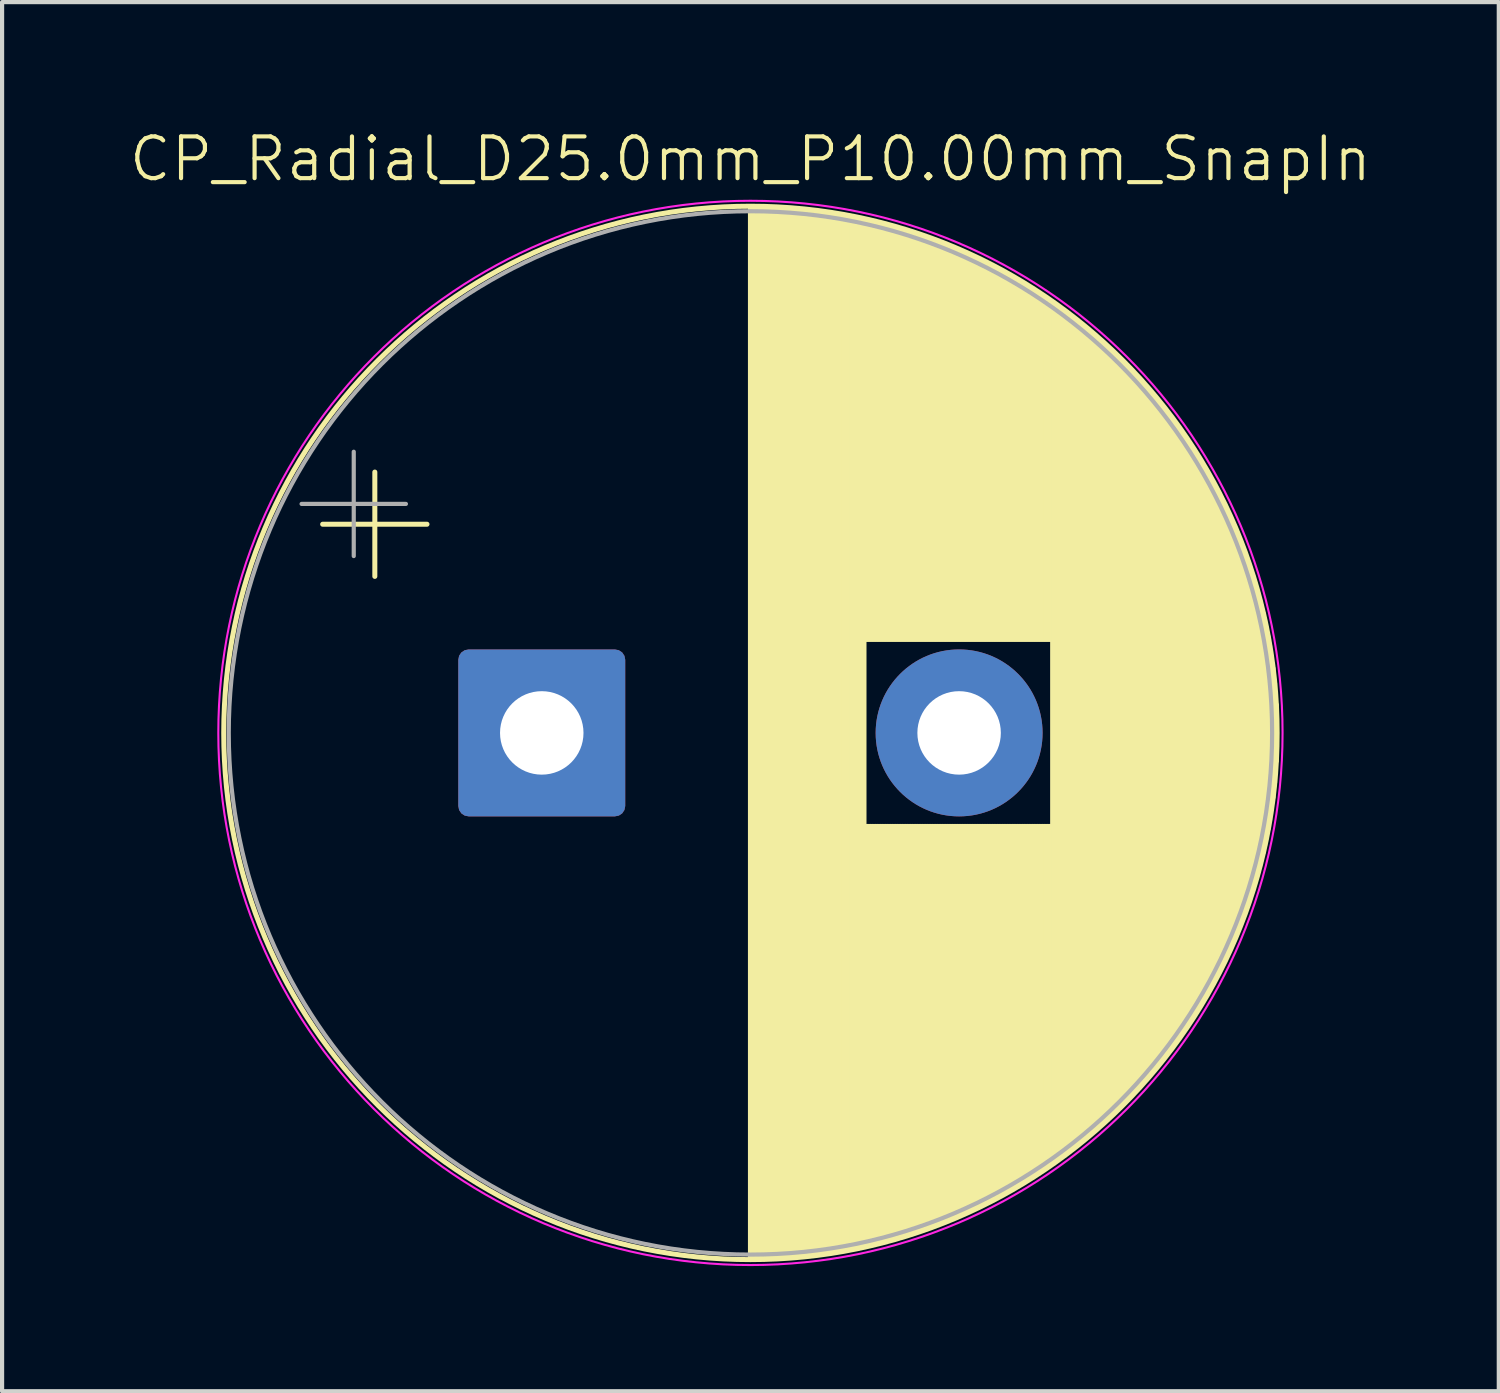
<source format=kicad_pcb>
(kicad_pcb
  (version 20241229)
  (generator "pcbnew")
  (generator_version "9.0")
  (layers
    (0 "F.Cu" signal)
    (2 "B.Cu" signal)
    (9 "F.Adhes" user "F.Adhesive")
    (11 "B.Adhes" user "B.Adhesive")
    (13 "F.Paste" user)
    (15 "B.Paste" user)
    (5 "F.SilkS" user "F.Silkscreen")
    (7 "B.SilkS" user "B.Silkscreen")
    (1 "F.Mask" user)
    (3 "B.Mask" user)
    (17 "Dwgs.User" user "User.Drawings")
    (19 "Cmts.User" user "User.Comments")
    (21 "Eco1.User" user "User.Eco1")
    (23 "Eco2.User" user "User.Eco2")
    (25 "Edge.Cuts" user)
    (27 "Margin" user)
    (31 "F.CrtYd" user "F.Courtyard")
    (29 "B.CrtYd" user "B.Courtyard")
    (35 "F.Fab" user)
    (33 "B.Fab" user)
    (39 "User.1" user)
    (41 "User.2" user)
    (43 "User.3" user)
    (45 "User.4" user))
  (footprint "CP_Radial_D25.0mm_P10.00mm_SnapIn"
    (layer "F.Cu")
    (at 14.931 14.511)
    (property "Reference" "CP_Radial_D25.0mm_P10.00mm_SnapIn" (at 0 -13.75 0) (layer "F.SilkS") (effects (font (size 1 1) (thickness 0.1))))
    (attr through_hole)
    (fp_line (start -10.25 -5) (end -7.75 -5) (stroke (width 0.12) (type solid)) (layer "F.SilkS"))
    (fp_line (start -9 -6.25) (end -9 -3.75) (stroke (width 0.12) (type solid)) (layer "F.SilkS"))
    (fp_line (start 0 -12.581) (end 0 12.581) (stroke (width 0.12) (type solid)) (layer "F.SilkS"))
    (fp_line (start 0.04 -12.58) (end 0.04 12.58) (stroke (width 0.12) (type solid)) (layer "F.SilkS"))
    (fp_line (start 0.08 -12.58) (end 0.08 12.58) (stroke (width 0.12) (type solid)) (layer "F.SilkS"))
    (fp_line (start 0.12 -12.58) (end 0.12 12.58) (stroke (width 0.12) (type solid)) (layer "F.SilkS"))
    (fp_line (start 0.16 -12.579) (end 0.16 12.579) (stroke (width 0.12) (type solid)) (layer "F.SilkS"))
    (fp_line (start 0.2 -12.579) (end 0.2 12.579) (stroke (width 0.12) (type solid)) (layer "F.SilkS"))
    (fp_line (start 0.24 -12.578) (end 0.24 12.578) (stroke (width 0.12) (type solid)) (layer "F.SilkS"))
    (fp_line (start 0.28 -12.577) (end 0.28 12.577) (stroke (width 0.12) (type solid)) (layer "F.SilkS"))
    (fp_line (start 0.32 -12.576) (end 0.32 12.576) (stroke (width 0.12) (type solid)) (layer "F.SilkS"))
    (fp_line (start 0.36 -12.575) (end 0.36 12.575) (stroke (width 0.12) (type solid)) (layer "F.SilkS"))
    (fp_line (start 0.4 -12.574) (end 0.4 12.574) (stroke (width 0.12) (type solid)) (layer "F.SilkS"))
    (fp_line (start 0.44 -12.573) (end 0.44 12.573) (stroke (width 0.12) (type solid)) (layer "F.SilkS"))
    (fp_line (start 0.48 -12.571) (end 0.48 12.571) (stroke (width 0.12) (type solid)) (layer "F.SilkS"))
    (fp_line (start 0.52 -12.57) (end 0.52 12.57) (stroke (width 0.12) (type solid)) (layer "F.SilkS"))
    (fp_line (start 0.56 -12.568) (end 0.56 12.568) (stroke (width 0.12) (type solid)) (layer "F.SilkS"))
    (fp_line (start 0.6 -12.566) (end 0.6 12.566) (stroke (width 0.12) (type solid)) (layer "F.SilkS"))
    (fp_line (start 0.64 -12.564) (end 0.64 12.564) (stroke (width 0.12) (type solid)) (layer "F.SilkS"))
    (fp_line (start 0.68 -12.562) (end 0.68 12.562) (stroke (width 0.12) (type solid)) (layer "F.SilkS"))
    (fp_line (start 0.721 -12.56) (end 0.721 12.56) (stroke (width 0.12) (type solid)) (layer "F.SilkS"))
    (fp_line (start 0.761 -12.558) (end 0.761 12.558) (stroke (width 0.12) (type solid)) (layer "F.SilkS"))
    (fp_line (start 0.801 -12.555) (end 0.801 12.555) (stroke (width 0.12) (type solid)) (layer "F.SilkS"))
    (fp_line (start 0.841 -12.553) (end 0.841 12.553) (stroke (width 0.12) (type solid)) (layer "F.SilkS"))
    (fp_line (start 0.881 -12.55) (end 0.881 12.55) (stroke (width 0.12) (type solid)) (layer "F.SilkS"))
    (fp_line (start 0.921 -12.547) (end 0.921 12.547) (stroke (width 0.12) (type solid)) (layer "F.SilkS"))
    (fp_line (start 0.961 -12.544) (end 0.961 12.544) (stroke (width 0.12) (type solid)) (layer "F.SilkS"))
    (fp_line (start 1.001 -12.541) (end 1.001 12.541) (stroke (width 0.12) (type solid)) (layer "F.SilkS"))
    (fp_line (start 1.041 -12.538) (end 1.041 12.538) (stroke (width 0.12) (type solid)) (layer "F.SilkS"))
    (fp_line (start 1.081 -12.534) (end 1.081 12.534) (stroke (width 0.12) (type solid)) (layer "F.SilkS"))
    (fp_line (start 1.121 -12.531) (end 1.121 12.531) (stroke (width 0.12) (type solid)) (layer "F.SilkS"))
    (fp_line (start 1.161 -12.527) (end 1.161 12.527) (stroke (width 0.12) (type solid)) (layer "F.SilkS"))
    (fp_line (start 1.201 -12.523) (end 1.201 12.523) (stroke (width 0.12) (type solid)) (layer "F.SilkS"))
    (fp_line (start 1.241 -12.519) (end 1.241 12.519) (stroke (width 0.12) (type solid)) (layer "F.SilkS"))
    (fp_line (start 1.281 -12.515) (end 1.281 12.515) (stroke (width 0.12) (type solid)) (layer "F.SilkS"))
    (fp_line (start 1.321 -12.511) (end 1.321 12.511) (stroke (width 0.12) (type solid)) (layer "F.SilkS"))
    (fp_line (start 1.361 -12.507) (end 1.361 12.507) (stroke (width 0.12) (type solid)) (layer "F.SilkS"))
    (fp_line (start 1.401 -12.503) (end 1.401 12.503) (stroke (width 0.12) (type solid)) (layer "F.SilkS"))
    (fp_line (start 1.441 -12.498) (end 1.441 12.498) (stroke (width 0.12) (type solid)) (layer "F.SilkS"))
    (fp_line (start 1.481 -12.493) (end 1.481 12.493) (stroke (width 0.12) (type solid)) (layer "F.SilkS"))
    (fp_line (start 1.521 -12.489) (end 1.521 12.489) (stroke (width 0.12) (type solid)) (layer "F.SilkS"))
    (fp_line (start 1.561 -12.484) (end 1.561 12.484) (stroke (width 0.12) (type solid)) (layer "F.SilkS"))
    (fp_line (start 1.601 -12.479) (end 1.601 12.479) (stroke (width 0.12) (type solid)) (layer "F.SilkS"))
    (fp_line (start 1.641 -12.473) (end 1.641 12.473) (stroke (width 0.12) (type solid)) (layer "F.SilkS"))
    (fp_line (start 1.681 -12.468) (end 1.681 12.468) (stroke (width 0.12) (type solid)) (layer "F.SilkS"))
    (fp_line (start 1.721 -12.463) (end 1.721 12.463) (stroke (width 0.12) (type solid)) (layer "F.SilkS"))
    (fp_line (start 1.761 -12.457) (end 1.761 12.457) (stroke (width 0.12) (type solid)) (layer "F.SilkS"))
    (fp_line (start 1.801 -12.451) (end 1.801 12.451) (stroke (width 0.12) (type solid)) (layer "F.SilkS"))
    (fp_line (start 1.841 -12.446) (end 1.841 12.446) (stroke (width 0.12) (type solid)) (layer "F.SilkS"))
    (fp_line (start 1.881 -12.44) (end 1.881 12.44) (stroke (width 0.12) (type solid)) (layer "F.SilkS"))
    (fp_line (start 1.921 -12.434) (end 1.921 12.434) (stroke (width 0.12) (type solid)) (layer "F.SilkS"))
    (fp_line (start 1.961 -12.427) (end 1.961 12.427) (stroke (width 0.12) (type solid)) (layer "F.SilkS"))
    (fp_line (start 2.001 -12.421) (end 2.001 12.421) (stroke (width 0.12) (type solid)) (layer "F.SilkS"))
    (fp_line (start 2.041 -12.415) (end 2.041 12.415) (stroke (width 0.12) (type solid)) (layer "F.SilkS"))
    (fp_line (start 2.081 -12.408) (end 2.081 12.408) (stroke (width 0.12) (type solid)) (layer "F.SilkS"))
    (fp_line (start 2.121 -12.401) (end 2.121 12.401) (stroke (width 0.12) (type solid)) (layer "F.SilkS"))
    (fp_line (start 2.161 -12.394) (end 2.161 12.394) (stroke (width 0.12) (type solid)) (layer "F.SilkS"))
    (fp_line (start 2.201 -12.387) (end 2.201 12.387) (stroke (width 0.12) (type solid)) (layer "F.SilkS"))
    (fp_line (start 2.241 -12.38) (end 2.241 12.38) (stroke (width 0.12) (type solid)) (layer "F.SilkS"))
    (fp_line (start 2.281 -12.373) (end 2.281 12.373) (stroke (width 0.12) (type solid)) (layer "F.SilkS"))
    (fp_line (start 2.321 -12.365) (end 2.321 12.365) (stroke (width 0.12) (type solid)) (layer "F.SilkS"))
    (fp_line (start 2.361 -12.358) (end 2.361 12.358) (stroke (width 0.12) (type solid)) (layer "F.SilkS"))
    (fp_line (start 2.401 -12.35) (end 2.401 12.35) (stroke (width 0.12) (type solid)) (layer "F.SilkS"))
    (fp_line (start 2.441 -12.342) (end 2.441 12.342) (stroke (width 0.12) (type solid)) (layer "F.SilkS"))
    (fp_line (start 2.481 -12.334) (end 2.481 12.334) (stroke (width 0.12) (type solid)) (layer "F.SilkS"))
    (fp_line (start 2.521 -12.326) (end 2.521 12.326) (stroke (width 0.12) (type solid)) (layer "F.SilkS"))
    (fp_line (start 2.561 -12.318) (end 2.561 12.318) (stroke (width 0.12) (type solid)) (layer "F.SilkS"))
    (fp_line (start 2.601 -12.31) (end 2.601 12.31) (stroke (width 0.12) (type solid)) (layer "F.SilkS"))
    (fp_line (start 2.641 -12.301) (end 2.641 12.301) (stroke (width 0.12) (type solid)) (layer "F.SilkS"))
    (fp_line (start 2.681 -12.293) (end 2.681 12.293) (stroke (width 0.12) (type solid)) (layer "F.SilkS"))
    (fp_line (start 2.721 -12.284) (end 2.721 12.284) (stroke (width 0.12) (type solid)) (layer "F.SilkS"))
    (fp_line (start 2.761 -12.275) (end 2.761 -2.24) (stroke (width 0.12) (type solid)) (layer "F.SilkS"))
    (fp_line (start 2.761 2.24) (end 2.761 12.275) (stroke (width 0.12) (type solid)) (layer "F.SilkS"))
    (fp_line (start 2.801 -12.266) (end 2.801 -2.24) (stroke (width 0.12) (type solid)) (layer "F.SilkS"))
    (fp_line (start 2.801 2.24) (end 2.801 12.266) (stroke (width 0.12) (type solid)) (layer "F.SilkS"))
    (fp_line (start 2.841 -12.257) (end 2.841 -2.24) (stroke (width 0.12) (type solid)) (layer "F.SilkS"))
    (fp_line (start 2.841 2.24) (end 2.841 12.257) (stroke (width 0.12) (type solid)) (layer "F.SilkS"))
    (fp_line (start 2.881 -12.247) (end 2.881 -2.24) (stroke (width 0.12) (type solid)) (layer "F.SilkS"))
    (fp_line (start 2.881 2.24) (end 2.881 12.247) (stroke (width 0.12) (type solid)) (layer "F.SilkS"))
    (fp_line (start 2.921 -12.238) (end 2.921 -2.24) (stroke (width 0.12) (type solid)) (layer "F.SilkS"))
    (fp_line (start 2.921 2.24) (end 2.921 12.238) (stroke (width 0.12) (type solid)) (layer "F.SilkS"))
    (fp_line (start 2.961 -12.228) (end 2.961 -2.24) (stroke (width 0.12) (type solid)) (layer "F.SilkS"))
    (fp_line (start 2.961 2.24) (end 2.961 12.228) (stroke (width 0.12) (type solid)) (layer "F.SilkS"))
    (fp_line (start 3.001 -12.219) (end 3.001 -2.24) (stroke (width 0.12) (type solid)) (layer "F.SilkS"))
    (fp_line (start 3.001 2.24) (end 3.001 12.219) (stroke (width 0.12) (type solid)) (layer "F.SilkS"))
    (fp_line (start 3.041 -12.209) (end 3.041 -2.24) (stroke (width 0.12) (type solid)) (layer "F.SilkS"))
    (fp_line (start 3.041 2.24) (end 3.041 12.209) (stroke (width 0.12) (type solid)) (layer "F.SilkS"))
    (fp_line (start 3.081 -12.199) (end 3.081 -2.24) (stroke (width 0.12) (type solid)) (layer "F.SilkS"))
    (fp_line (start 3.081 2.24) (end 3.081 12.199) (stroke (width 0.12) (type solid)) (layer "F.SilkS"))
    (fp_line (start 3.121 -12.189) (end 3.121 -2.24) (stroke (width 0.12) (type solid)) (layer "F.SilkS"))
    (fp_line (start 3.121 2.24) (end 3.121 12.189) (stroke (width 0.12) (type solid)) (layer "F.SilkS"))
    (fp_line (start 3.161 -12.178) (end 3.161 -2.24) (stroke (width 0.12) (type solid)) (layer "F.SilkS"))
    (fp_line (start 3.161 2.24) (end 3.161 12.178) (stroke (width 0.12) (type solid)) (layer "F.SilkS"))
    (fp_line (start 3.201 -12.168) (end 3.201 -2.24) (stroke (width 0.12) (type solid)) (layer "F.SilkS"))
    (fp_line (start 3.201 2.24) (end 3.201 12.168) (stroke (width 0.12) (type solid)) (layer "F.SilkS"))
    (fp_line (start 3.241 -12.157) (end 3.241 -2.24) (stroke (width 0.12) (type solid)) (layer "F.SilkS"))
    (fp_line (start 3.241 2.24) (end 3.241 12.157) (stroke (width 0.12) (type solid)) (layer "F.SilkS"))
    (fp_line (start 3.281 -12.147) (end 3.281 -2.24) (stroke (width 0.12) (type solid)) (layer "F.SilkS"))
    (fp_line (start 3.281 2.24) (end 3.281 12.147) (stroke (width 0.12) (type solid)) (layer "F.SilkS"))
    (fp_line (start 3.321 -12.136) (end 3.321 -2.24) (stroke (width 0.12) (type solid)) (layer "F.SilkS"))
    (fp_line (start 3.321 2.24) (end 3.321 12.136) (stroke (width 0.12) (type solid)) (layer "F.SilkS"))
    (fp_line (start 3.361 -12.125) (end 3.361 -2.24) (stroke (width 0.12) (type solid)) (layer "F.SilkS"))
    (fp_line (start 3.361 2.24) (end 3.361 12.125) (stroke (width 0.12) (type solid)) (layer "F.SilkS"))
    (fp_line (start 3.401 -12.114) (end 3.401 -2.24) (stroke (width 0.12) (type solid)) (layer "F.SilkS"))
    (fp_line (start 3.401 2.24) (end 3.401 12.114) (stroke (width 0.12) (type solid)) (layer "F.SilkS"))
    (fp_line (start 3.441 -12.103) (end 3.441 -2.24) (stroke (width 0.12) (type solid)) (layer "F.SilkS"))
    (fp_line (start 3.441 2.24) (end 3.441 12.103) (stroke (width 0.12) (type solid)) (layer "F.SilkS"))
    (fp_line (start 3.481 -12.091) (end 3.481 -2.24) (stroke (width 0.12) (type solid)) (layer "F.SilkS"))
    (fp_line (start 3.481 2.24) (end 3.481 12.091) (stroke (width 0.12) (type solid)) (layer "F.SilkS"))
    (fp_line (start 3.521 -12.08) (end 3.521 -2.24) (stroke (width 0.12) (type solid)) (layer "F.SilkS"))
    (fp_line (start 3.521 2.24) (end 3.521 12.08) (stroke (width 0.12) (type solid)) (layer "F.SilkS"))
    (fp_line (start 3.561 -12.068) (end 3.561 -2.24) (stroke (width 0.12) (type solid)) (layer "F.SilkS"))
    (fp_line (start 3.561 2.24) (end 3.561 12.068) (stroke (width 0.12) (type solid)) (layer "F.SilkS"))
    (fp_line (start 3.601 -12.056) (end 3.601 -2.24) (stroke (width 0.12) (type solid)) (layer "F.SilkS"))
    (fp_line (start 3.601 2.24) (end 3.601 12.056) (stroke (width 0.12) (type solid)) (layer "F.SilkS"))
    (fp_line (start 3.641 -12.044) (end 3.641 -2.24) (stroke (width 0.12) (type solid)) (layer "F.SilkS"))
    (fp_line (start 3.641 2.24) (end 3.641 12.044) (stroke (width 0.12) (type solid)) (layer "F.SilkS"))
    (fp_line (start 3.681 -12.032) (end 3.681 -2.24) (stroke (width 0.12) (type solid)) (layer "F.SilkS"))
    (fp_line (start 3.681 2.24) (end 3.681 12.032) (stroke (width 0.12) (type solid)) (layer "F.SilkS"))
    (fp_line (start 3.721 -12.02) (end 3.721 -2.24) (stroke (width 0.12) (type solid)) (layer "F.SilkS"))
    (fp_line (start 3.721 2.24) (end 3.721 12.02) (stroke (width 0.12) (type solid)) (layer "F.SilkS"))
    (fp_line (start 3.761 -12.007) (end 3.761 -2.24) (stroke (width 0.12) (type solid)) (layer "F.SilkS"))
    (fp_line (start 3.761 2.24) (end 3.761 12.007) (stroke (width 0.12) (type solid)) (layer "F.SilkS"))
    (fp_line (start 3.801 -11.995) (end 3.801 -2.24) (stroke (width 0.12) (type solid)) (layer "F.SilkS"))
    (fp_line (start 3.801 2.24) (end 3.801 11.995) (stroke (width 0.12) (type solid)) (layer "F.SilkS"))
    (fp_line (start 3.841 -11.982) (end 3.841 -2.24) (stroke (width 0.12) (type solid)) (layer "F.SilkS"))
    (fp_line (start 3.841 2.24) (end 3.841 11.982) (stroke (width 0.12) (type solid)) (layer "F.SilkS"))
    (fp_line (start 3.881 -11.969) (end 3.881 -2.24) (stroke (width 0.12) (type solid)) (layer "F.SilkS"))
    (fp_line (start 3.881 2.24) (end 3.881 11.969) (stroke (width 0.12) (type solid)) (layer "F.SilkS"))
    (fp_line (start 3.921 -11.956) (end 3.921 -2.24) (stroke (width 0.12) (type solid)) (layer "F.SilkS"))
    (fp_line (start 3.921 2.24) (end 3.921 11.956) (stroke (width 0.12) (type solid)) (layer "F.SilkS"))
    (fp_line (start 3.961 -11.943) (end 3.961 -2.24) (stroke (width 0.12) (type solid)) (layer "F.SilkS"))
    (fp_line (start 3.961 2.24) (end 3.961 11.943) (stroke (width 0.12) (type solid)) (layer "F.SilkS"))
    (fp_line (start 4.001 -11.93) (end 4.001 -2.24) (stroke (width 0.12) (type solid)) (layer "F.SilkS"))
    (fp_line (start 4.001 2.24) (end 4.001 11.93) (stroke (width 0.12) (type solid)) (layer "F.SilkS"))
    (fp_line (start 4.041 -11.916) (end 4.041 -2.24) (stroke (width 0.12) (type solid)) (layer "F.SilkS"))
    (fp_line (start 4.041 2.24) (end 4.041 11.916) (stroke (width 0.12) (type solid)) (layer "F.SilkS"))
    (fp_line (start 4.081 -11.903) (end 4.081 -2.24) (stroke (width 0.12) (type solid)) (layer "F.SilkS"))
    (fp_line (start 4.081 2.24) (end 4.081 11.903) (stroke (width 0.12) (type solid)) (layer "F.SilkS"))
    (fp_line (start 4.121 -11.889) (end 4.121 -2.24) (stroke (width 0.12) (type solid)) (layer "F.SilkS"))
    (fp_line (start 4.121 2.24) (end 4.121 11.889) (stroke (width 0.12) (type solid)) (layer "F.SilkS"))
    (fp_line (start 4.161 -11.875) (end 4.161 -2.24) (stroke (width 0.12) (type solid)) (layer "F.SilkS"))
    (fp_line (start 4.161 2.24) (end 4.161 11.875) (stroke (width 0.12) (type solid)) (layer "F.SilkS"))
    (fp_line (start 4.201 -11.861) (end 4.201 -2.24) (stroke (width 0.12) (type solid)) (layer "F.SilkS"))
    (fp_line (start 4.201 2.24) (end 4.201 11.861) (stroke (width 0.12) (type solid)) (layer "F.SilkS"))
    (fp_line (start 4.241 -11.847) (end 4.241 -2.24) (stroke (width 0.12) (type solid)) (layer "F.SilkS"))
    (fp_line (start 4.241 2.24) (end 4.241 11.847) (stroke (width 0.12) (type solid)) (layer "F.SilkS"))
    (fp_line (start 4.281 -11.833) (end 4.281 -2.24) (stroke (width 0.12) (type solid)) (layer "F.SilkS"))
    (fp_line (start 4.281 2.24) (end 4.281 11.833) (stroke (width 0.12) (type solid)) (layer "F.SilkS"))
    (fp_line (start 4.321 -11.818) (end 4.321 -2.24) (stroke (width 0.12) (type solid)) (layer "F.SilkS"))
    (fp_line (start 4.321 2.24) (end 4.321 11.818) (stroke (width 0.12) (type solid)) (layer "F.SilkS"))
    (fp_line (start 4.361 -11.803) (end 4.361 -2.24) (stroke (width 0.12) (type solid)) (layer "F.SilkS"))
    (fp_line (start 4.361 2.24) (end 4.361 11.803) (stroke (width 0.12) (type solid)) (layer "F.SilkS"))
    (fp_line (start 4.401 -11.789) (end 4.401 -2.24) (stroke (width 0.12) (type solid)) (layer "F.SilkS"))
    (fp_line (start 4.401 2.24) (end 4.401 11.789) (stroke (width 0.12) (type solid)) (layer "F.SilkS"))
    (fp_line (start 4.441 -11.774) (end 4.441 -2.24) (stroke (width 0.12) (type solid)) (layer "F.SilkS"))
    (fp_line (start 4.441 2.24) (end 4.441 11.774) (stroke (width 0.12) (type solid)) (layer "F.SilkS"))
    (fp_line (start 4.481 -11.759) (end 4.481 -2.24) (stroke (width 0.12) (type solid)) (layer "F.SilkS"))
    (fp_line (start 4.481 2.24) (end 4.481 11.759) (stroke (width 0.12) (type solid)) (layer "F.SilkS"))
    (fp_line (start 4.521 -11.743) (end 4.521 -2.24) (stroke (width 0.12) (type solid)) (layer "F.SilkS"))
    (fp_line (start 4.521 2.24) (end 4.521 11.743) (stroke (width 0.12) (type solid)) (layer "F.SilkS"))
    (fp_line (start 4.561 -11.728) (end 4.561 -2.24) (stroke (width 0.12) (type solid)) (layer "F.SilkS"))
    (fp_line (start 4.561 2.24) (end 4.561 11.728) (stroke (width 0.12) (type solid)) (layer "F.SilkS"))
    (fp_line (start 4.601 -11.712) (end 4.601 -2.24) (stroke (width 0.12) (type solid)) (layer "F.SilkS"))
    (fp_line (start 4.601 2.24) (end 4.601 11.712) (stroke (width 0.12) (type solid)) (layer "F.SilkS"))
    (fp_line (start 4.641 -11.697) (end 4.641 -2.24) (stroke (width 0.12) (type solid)) (layer "F.SilkS"))
    (fp_line (start 4.641 2.24) (end 4.641 11.697) (stroke (width 0.12) (type solid)) (layer "F.SilkS"))
    (fp_line (start 4.681 -11.681) (end 4.681 -2.24) (stroke (width 0.12) (type solid)) (layer "F.SilkS"))
    (fp_line (start 4.681 2.24) (end 4.681 11.681) (stroke (width 0.12) (type solid)) (layer "F.SilkS"))
    (fp_line (start 4.721 -11.665) (end 4.721 -2.24) (stroke (width 0.12) (type solid)) (layer "F.SilkS"))
    (fp_line (start 4.721 2.24) (end 4.721 11.665) (stroke (width 0.12) (type solid)) (layer "F.SilkS"))
    (fp_line (start 4.761 -11.648) (end 4.761 -2.24) (stroke (width 0.12) (type solid)) (layer "F.SilkS"))
    (fp_line (start 4.761 2.24) (end 4.761 11.648) (stroke (width 0.12) (type solid)) (layer "F.SilkS"))
    (fp_line (start 4.801 -11.632) (end 4.801 -2.24) (stroke (width 0.12) (type solid)) (layer "F.SilkS"))
    (fp_line (start 4.801 2.24) (end 4.801 11.632) (stroke (width 0.12) (type solid)) (layer "F.SilkS"))
    (fp_line (start 4.841 -11.615) (end 4.841 -2.24) (stroke (width 0.12) (type solid)) (layer "F.SilkS"))
    (fp_line (start 4.841 2.24) (end 4.841 11.615) (stroke (width 0.12) (type solid)) (layer "F.SilkS"))
    (fp_line (start 4.881 -11.599) (end 4.881 -2.24) (stroke (width 0.12) (type solid)) (layer "F.SilkS"))
    (fp_line (start 4.881 2.24) (end 4.881 11.599) (stroke (width 0.12) (type solid)) (layer "F.SilkS"))
    (fp_line (start 4.921 -11.582) (end 4.921 -2.24) (stroke (width 0.12) (type solid)) (layer "F.SilkS"))
    (fp_line (start 4.921 2.24) (end 4.921 11.582) (stroke (width 0.12) (type solid)) (layer "F.SilkS"))
    (fp_line (start 4.961 -11.565) (end 4.961 -2.24) (stroke (width 0.12) (type solid)) (layer "F.SilkS"))
    (fp_line (start 4.961 2.24) (end 4.961 11.565) (stroke (width 0.12) (type solid)) (layer "F.SilkS"))
    (fp_line (start 5.001 -11.548) (end 5.001 -2.24) (stroke (width 0.12) (type solid)) (layer "F.SilkS"))
    (fp_line (start 5.001 2.24) (end 5.001 11.548) (stroke (width 0.12) (type solid)) (layer "F.SilkS"))
    (fp_line (start 5.041 -11.53) (end 5.041 -2.24) (stroke (width 0.12) (type solid)) (layer "F.SilkS"))
    (fp_line (start 5.041 2.24) (end 5.041 11.53) (stroke (width 0.12) (type solid)) (layer "F.SilkS"))
    (fp_line (start 5.081 -11.513) (end 5.081 -2.24) (stroke (width 0.12) (type solid)) (layer "F.SilkS"))
    (fp_line (start 5.081 2.24) (end 5.081 11.513) (stroke (width 0.12) (type solid)) (layer "F.SilkS"))
    (fp_line (start 5.121 -11.495) (end 5.121 -2.24) (stroke (width 0.12) (type solid)) (layer "F.SilkS"))
    (fp_line (start 5.121 2.24) (end 5.121 11.495) (stroke (width 0.12) (type solid)) (layer "F.SilkS"))
    (fp_line (start 5.161 -11.477) (end 5.161 -2.24) (stroke (width 0.12) (type solid)) (layer "F.SilkS"))
    (fp_line (start 5.161 2.24) (end 5.161 11.477) (stroke (width 0.12) (type solid)) (layer "F.SilkS"))
    (fp_line (start 5.201 -11.459) (end 5.201 -2.24) (stroke (width 0.12) (type solid)) (layer "F.SilkS"))
    (fp_line (start 5.201 2.24) (end 5.201 11.459) (stroke (width 0.12) (type solid)) (layer "F.SilkS"))
    (fp_line (start 5.241 -11.441) (end 5.241 -2.24) (stroke (width 0.12) (type solid)) (layer "F.SilkS"))
    (fp_line (start 5.241 2.24) (end 5.241 11.441) (stroke (width 0.12) (type solid)) (layer "F.SilkS"))
    (fp_line (start 5.281 -11.423) (end 5.281 -2.24) (stroke (width 0.12) (type solid)) (layer "F.SilkS"))
    (fp_line (start 5.281 2.24) (end 5.281 11.423) (stroke (width 0.12) (type solid)) (layer "F.SilkS"))
    (fp_line (start 5.321 -11.404) (end 5.321 -2.24) (stroke (width 0.12) (type solid)) (layer "F.SilkS"))
    (fp_line (start 5.321 2.24) (end 5.321 11.404) (stroke (width 0.12) (type solid)) (layer "F.SilkS"))
    (fp_line (start 5.361 -11.386) (end 5.361 -2.24) (stroke (width 0.12) (type solid)) (layer "F.SilkS"))
    (fp_line (start 5.361 2.24) (end 5.361 11.386) (stroke (width 0.12) (type solid)) (layer "F.SilkS"))
    (fp_line (start 5.401 -11.367) (end 5.401 -2.24) (stroke (width 0.12) (type solid)) (layer "F.SilkS"))
    (fp_line (start 5.401 2.24) (end 5.401 11.367) (stroke (width 0.12) (type solid)) (layer "F.SilkS"))
    (fp_line (start 5.441 -11.348) (end 5.441 -2.24) (stroke (width 0.12) (type solid)) (layer "F.SilkS"))
    (fp_line (start 5.441 2.24) (end 5.441 11.348) (stroke (width 0.12) (type solid)) (layer "F.SilkS"))
    (fp_line (start 5.481 -11.329) (end 5.481 -2.24) (stroke (width 0.12) (type solid)) (layer "F.SilkS"))
    (fp_line (start 5.481 2.24) (end 5.481 11.329) (stroke (width 0.12) (type solid)) (layer "F.SilkS"))
    (fp_line (start 5.521 -11.309) (end 5.521 -2.24) (stroke (width 0.12) (type solid)) (layer "F.SilkS"))
    (fp_line (start 5.521 2.24) (end 5.521 11.309) (stroke (width 0.12) (type solid)) (layer "F.SilkS"))
    (fp_line (start 5.561 -11.29) (end 5.561 -2.24) (stroke (width 0.12) (type solid)) (layer "F.SilkS"))
    (fp_line (start 5.561 2.24) (end 5.561 11.29) (stroke (width 0.12) (type solid)) (layer "F.SilkS"))
    (fp_line (start 5.601 -11.27) (end 5.601 -2.24) (stroke (width 0.12) (type solid)) (layer "F.SilkS"))
    (fp_line (start 5.601 2.24) (end 5.601 11.27) (stroke (width 0.12) (type solid)) (layer "F.SilkS"))
    (fp_line (start 5.641 -11.25) (end 5.641 -2.24) (stroke (width 0.12) (type solid)) (layer "F.SilkS"))
    (fp_line (start 5.641 2.24) (end 5.641 11.25) (stroke (width 0.12) (type solid)) (layer "F.SilkS"))
    (fp_line (start 5.681 -11.23) (end 5.681 -2.24) (stroke (width 0.12) (type solid)) (layer "F.SilkS"))
    (fp_line (start 5.681 2.24) (end 5.681 11.23) (stroke (width 0.12) (type solid)) (layer "F.SilkS"))
    (fp_line (start 5.721 -11.21) (end 5.721 -2.24) (stroke (width 0.12) (type solid)) (layer "F.SilkS"))
    (fp_line (start 5.721 2.24) (end 5.721 11.21) (stroke (width 0.12) (type solid)) (layer "F.SilkS"))
    (fp_line (start 5.761 -11.189) (end 5.761 -2.24) (stroke (width 0.12) (type solid)) (layer "F.SilkS"))
    (fp_line (start 5.761 2.24) (end 5.761 11.189) (stroke (width 0.12) (type solid)) (layer "F.SilkS"))
    (fp_line (start 5.801 -11.169) (end 5.801 -2.24) (stroke (width 0.12) (type solid)) (layer "F.SilkS"))
    (fp_line (start 5.801 2.24) (end 5.801 11.169) (stroke (width 0.12) (type solid)) (layer "F.SilkS"))
    (fp_line (start 5.841 -11.148) (end 5.841 -2.24) (stroke (width 0.12) (type solid)) (layer "F.SilkS"))
    (fp_line (start 5.841 2.24) (end 5.841 11.148) (stroke (width 0.12) (type solid)) (layer "F.SilkS"))
    (fp_line (start 5.881 -11.127) (end 5.881 -2.24) (stroke (width 0.12) (type solid)) (layer "F.SilkS"))
    (fp_line (start 5.881 2.24) (end 5.881 11.127) (stroke (width 0.12) (type solid)) (layer "F.SilkS"))
    (fp_line (start 5.921 -11.106) (end 5.921 -2.24) (stroke (width 0.12) (type solid)) (layer "F.SilkS"))
    (fp_line (start 5.921 2.24) (end 5.921 11.106) (stroke (width 0.12) (type solid)) (layer "F.SilkS"))
    (fp_line (start 5.961 -11.084) (end 5.961 -2.24) (stroke (width 0.12) (type solid)) (layer "F.SilkS"))
    (fp_line (start 5.961 2.24) (end 5.961 11.084) (stroke (width 0.12) (type solid)) (layer "F.SilkS"))
    (fp_line (start 6.001 -11.063) (end 6.001 -2.24) (stroke (width 0.12) (type solid)) (layer "F.SilkS"))
    (fp_line (start 6.001 2.24) (end 6.001 11.063) (stroke (width 0.12) (type solid)) (layer "F.SilkS"))
    (fp_line (start 6.041 -11.041) (end 6.041 -2.24) (stroke (width 0.12) (type solid)) (layer "F.SilkS"))
    (fp_line (start 6.041 2.24) (end 6.041 11.041) (stroke (width 0.12) (type solid)) (layer "F.SilkS"))
    (fp_line (start 6.081 -11.019) (end 6.081 -2.24) (stroke (width 0.12) (type solid)) (layer "F.SilkS"))
    (fp_line (start 6.081 2.24) (end 6.081 11.019) (stroke (width 0.12) (type solid)) (layer "F.SilkS"))
    (fp_line (start 6.121 -10.997) (end 6.121 -2.24) (stroke (width 0.12) (type solid)) (layer "F.SilkS"))
    (fp_line (start 6.121 2.24) (end 6.121 10.997) (stroke (width 0.12) (type solid)) (layer "F.SilkS"))
    (fp_line (start 6.161 -10.975) (end 6.161 -2.24) (stroke (width 0.12) (type solid)) (layer "F.SilkS"))
    (fp_line (start 6.161 2.24) (end 6.161 10.975) (stroke (width 0.12) (type solid)) (layer "F.SilkS"))
    (fp_line (start 6.201 -10.953) (end 6.201 -2.24) (stroke (width 0.12) (type solid)) (layer "F.SilkS"))
    (fp_line (start 6.201 2.24) (end 6.201 10.953) (stroke (width 0.12) (type solid)) (layer "F.SilkS"))
    (fp_line (start 6.241 -10.93) (end 6.241 -2.24) (stroke (width 0.12) (type solid)) (layer "F.SilkS"))
    (fp_line (start 6.241 2.24) (end 6.241 10.93) (stroke (width 0.12) (type solid)) (layer "F.SilkS"))
    (fp_line (start 6.281 -10.907) (end 6.281 -2.24) (stroke (width 0.12) (type solid)) (layer "F.SilkS"))
    (fp_line (start 6.281 2.24) (end 6.281 10.907) (stroke (width 0.12) (type solid)) (layer "F.SilkS"))
    (fp_line (start 6.321 -10.884) (end 6.321 -2.24) (stroke (width 0.12) (type solid)) (layer "F.SilkS"))
    (fp_line (start 6.321 2.24) (end 6.321 10.884) (stroke (width 0.12) (type solid)) (layer "F.SilkS"))
    (fp_line (start 6.361 -10.861) (end 6.361 -2.24) (stroke (width 0.12) (type solid)) (layer "F.SilkS"))
    (fp_line (start 6.361 2.24) (end 6.361 10.861) (stroke (width 0.12) (type solid)) (layer "F.SilkS"))
    (fp_line (start 6.401 -10.837) (end 6.401 -2.24) (stroke (width 0.12) (type solid)) (layer "F.SilkS"))
    (fp_line (start 6.401 2.24) (end 6.401 10.837) (stroke (width 0.12) (type solid)) (layer "F.SilkS"))
    (fp_line (start 6.441 -10.814) (end 6.441 -2.24) (stroke (width 0.12) (type solid)) (layer "F.SilkS"))
    (fp_line (start 6.441 2.24) (end 6.441 10.814) (stroke (width 0.12) (type solid)) (layer "F.SilkS"))
    (fp_line (start 6.481 -10.79) (end 6.481 -2.24) (stroke (width 0.12) (type solid)) (layer "F.SilkS"))
    (fp_line (start 6.481 2.24) (end 6.481 10.79) (stroke (width 0.12) (type solid)) (layer "F.SilkS"))
    (fp_line (start 6.521 -10.766) (end 6.521 -2.24) (stroke (width 0.12) (type solid)) (layer "F.SilkS"))
    (fp_line (start 6.521 2.24) (end 6.521 10.766) (stroke (width 0.12) (type solid)) (layer "F.SilkS"))
    (fp_line (start 6.561 -10.742) (end 6.561 -2.24) (stroke (width 0.12) (type solid)) (layer "F.SilkS"))
    (fp_line (start 6.561 2.24) (end 6.561 10.742) (stroke (width 0.12) (type solid)) (layer "F.SilkS"))
    (fp_line (start 6.601 -10.717) (end 6.601 -2.24) (stroke (width 0.12) (type solid)) (layer "F.SilkS"))
    (fp_line (start 6.601 2.24) (end 6.601 10.717) (stroke (width 0.12) (type solid)) (layer "F.SilkS"))
    (fp_line (start 6.641 -10.692) (end 6.641 -2.24) (stroke (width 0.12) (type solid)) (layer "F.SilkS"))
    (fp_line (start 6.641 2.24) (end 6.641 10.692) (stroke (width 0.12) (type solid)) (layer "F.SilkS"))
    (fp_line (start 6.681 -10.668) (end 6.681 -2.24) (stroke (width 0.12) (type solid)) (layer "F.SilkS"))
    (fp_line (start 6.681 2.24) (end 6.681 10.668) (stroke (width 0.12) (type solid)) (layer "F.SilkS"))
    (fp_line (start 6.721 -10.643) (end 6.721 -2.24) (stroke (width 0.12) (type solid)) (layer "F.SilkS"))
    (fp_line (start 6.721 2.24) (end 6.721 10.643) (stroke (width 0.12) (type solid)) (layer "F.SilkS"))
    (fp_line (start 6.761 -10.617) (end 6.761 -2.24) (stroke (width 0.12) (type solid)) (layer "F.SilkS"))
    (fp_line (start 6.761 2.24) (end 6.761 10.617) (stroke (width 0.12) (type solid)) (layer "F.SilkS"))
    (fp_line (start 6.801 -10.592) (end 6.801 -2.24) (stroke (width 0.12) (type solid)) (layer "F.SilkS"))
    (fp_line (start 6.801 2.24) (end 6.801 10.592) (stroke (width 0.12) (type solid)) (layer "F.SilkS"))
    (fp_line (start 6.841 -10.566) (end 6.841 -2.24) (stroke (width 0.12) (type solid)) (layer "F.SilkS"))
    (fp_line (start 6.841 2.24) (end 6.841 10.566) (stroke (width 0.12) (type solid)) (layer "F.SilkS"))
    (fp_line (start 6.881 -10.54) (end 6.881 -2.24) (stroke (width 0.12) (type solid)) (layer "F.SilkS"))
    (fp_line (start 6.881 2.24) (end 6.881 10.54) (stroke (width 0.12) (type solid)) (layer "F.SilkS"))
    (fp_line (start 6.921 -10.514) (end 6.921 -2.24) (stroke (width 0.12) (type solid)) (layer "F.SilkS"))
    (fp_line (start 6.921 2.24) (end 6.921 10.514) (stroke (width 0.12) (type solid)) (layer "F.SilkS"))
    (fp_line (start 6.961 -10.488) (end 6.961 -2.24) (stroke (width 0.12) (type solid)) (layer "F.SilkS"))
    (fp_line (start 6.961 2.24) (end 6.961 10.488) (stroke (width 0.12) (type solid)) (layer "F.SilkS"))
    (fp_line (start 7.001 -10.461) (end 7.001 -2.24) (stroke (width 0.12) (type solid)) (layer "F.SilkS"))
    (fp_line (start 7.001 2.24) (end 7.001 10.461) (stroke (width 0.12) (type solid)) (layer "F.SilkS"))
    (fp_line (start 7.041 -10.434) (end 7.041 -2.24) (stroke (width 0.12) (type solid)) (layer "F.SilkS"))
    (fp_line (start 7.041 2.24) (end 7.041 10.434) (stroke (width 0.12) (type solid)) (layer "F.SilkS"))
    (fp_line (start 7.081 -10.407) (end 7.081 -2.24) (stroke (width 0.12) (type solid)) (layer "F.SilkS"))
    (fp_line (start 7.081 2.24) (end 7.081 10.407) (stroke (width 0.12) (type solid)) (layer "F.SilkS"))
    (fp_line (start 7.121 -10.38) (end 7.121 -2.24) (stroke (width 0.12) (type solid)) (layer "F.SilkS"))
    (fp_line (start 7.121 2.24) (end 7.121 10.38) (stroke (width 0.12) (type solid)) (layer "F.SilkS"))
    (fp_line (start 7.161 -10.353) (end 7.161 -2.24) (stroke (width 0.12) (type solid)) (layer "F.SilkS"))
    (fp_line (start 7.161 2.24) (end 7.161 10.353) (stroke (width 0.12) (type solid)) (layer "F.SilkS"))
    (fp_line (start 7.201 -10.325) (end 7.201 -2.24) (stroke (width 0.12) (type solid)) (layer "F.SilkS"))
    (fp_line (start 7.201 2.24) (end 7.201 10.325) (stroke (width 0.12) (type solid)) (layer "F.SilkS"))
    (fp_line (start 7.241 -10.297) (end 7.241 10.297) (stroke (width 0.12) (type solid)) (layer "F.SilkS"))
    (fp_line (start 7.281 -10.269) (end 7.281 10.269) (stroke (width 0.12) (type solid)) (layer "F.SilkS"))
    (fp_line (start 7.321 -10.241) (end 7.321 10.241) (stroke (width 0.12) (type solid)) (layer "F.SilkS"))
    (fp_line (start 7.361 -10.212) (end 7.361 10.212) (stroke (width 0.12) (type solid)) (layer "F.SilkS"))
    (fp_line (start 7.401 -10.183) (end 7.401 10.183) (stroke (width 0.12) (type solid)) (layer "F.SilkS"))
    (fp_line (start 7.441 -10.154) (end 7.441 10.154) (stroke (width 0.12) (type solid)) (layer "F.SilkS"))
    (fp_line (start 7.481 -10.125) (end 7.481 10.125) (stroke (width 0.12) (type solid)) (layer "F.SilkS"))
    (fp_line (start 7.521 -10.095) (end 7.521 10.095) (stroke (width 0.12) (type solid)) (layer "F.SilkS"))
    (fp_line (start 7.561 -10.065) (end 7.561 10.065) (stroke (width 0.12) (type solid)) (layer "F.SilkS"))
    (fp_line (start 7.601 -10.035) (end 7.601 10.035) (stroke (width 0.12) (type solid)) (layer "F.SilkS"))
    (fp_line (start 7.641 -10.005) (end 7.641 10.005) (stroke (width 0.12) (type solid)) (layer "F.SilkS"))
    (fp_line (start 7.681 -9.975) (end 7.681 9.975) (stroke (width 0.12) (type solid)) (layer "F.SilkS"))
    (fp_line (start 7.721 -9.944) (end 7.721 9.944) (stroke (width 0.12) (type solid)) (layer "F.SilkS"))
    (fp_line (start 7.761 -9.913) (end 7.761 9.913) (stroke (width 0.12) (type solid)) (layer "F.SilkS"))
    (fp_line (start 7.801 -9.881) (end 7.801 9.881) (stroke (width 0.12) (type solid)) (layer "F.SilkS"))
    (fp_line (start 7.841 -9.85) (end 7.841 9.85) (stroke (width 0.12) (type solid)) (layer "F.SilkS"))
    (fp_line (start 7.881 -9.818) (end 7.881 9.818) (stroke (width 0.12) (type solid)) (layer "F.SilkS"))
    (fp_line (start 7.921 -9.786) (end 7.921 9.786) (stroke (width 0.12) (type solid)) (layer "F.SilkS"))
    (fp_line (start 7.961 -9.753) (end 7.961 9.753) (stroke (width 0.12) (type solid)) (layer "F.SilkS"))
    (fp_line (start 8.001 -9.721) (end 8.001 9.721) (stroke (width 0.12) (type solid)) (layer "F.SilkS"))
    (fp_line (start 8.041 -9.688) (end 8.041 9.688) (stroke (width 0.12) (type solid)) (layer "F.SilkS"))
    (fp_line (start 8.081 -9.655) (end 8.081 9.655) (stroke (width 0.12) (type solid)) (layer "F.SilkS"))
    (fp_line (start 8.121 -9.621) (end 8.121 9.621) (stroke (width 0.12) (type solid)) (layer "F.SilkS"))
    (fp_line (start 8.161 -9.587) (end 8.161 9.587) (stroke (width 0.12) (type solid)) (layer "F.SilkS"))
    (fp_line (start 8.2 -9.553) (end 8.2 9.553) (stroke (width 0.12) (type solid)) (layer "F.SilkS"))
    (fp_line (start 8.24 -9.519) (end 8.24 9.519) (stroke (width 0.12) (type solid)) (layer "F.SilkS"))
    (fp_line (start 8.28 -9.484) (end 8.28 9.484) (stroke (width 0.12) (type solid)) (layer "F.SilkS"))
    (fp_line (start 8.32 -9.45) (end 8.32 9.45) (stroke (width 0.12) (type solid)) (layer "F.SilkS"))
    (fp_line (start 8.36 -9.414) (end 8.36 9.414) (stroke (width 0.12) (type solid)) (layer "F.SilkS"))
    (fp_line (start 8.4 -9.379) (end 8.4 9.379) (stroke (width 0.12) (type solid)) (layer "F.SilkS"))
    (fp_line (start 8.44 -9.343) (end 8.44 9.343) (stroke (width 0.12) (type solid)) (layer "F.SilkS"))
    (fp_line (start 8.48 -9.307) (end 8.48 9.307) (stroke (width 0.12) (type solid)) (layer "F.SilkS"))
    (fp_line (start 8.52 -9.27) (end 8.52 9.27) (stroke (width 0.12) (type solid)) (layer "F.SilkS"))
    (fp_line (start 8.56 -9.234) (end 8.56 9.234) (stroke (width 0.12) (type solid)) (layer "F.SilkS"))
    (fp_line (start 8.6 -9.197) (end 8.6 9.197) (stroke (width 0.12) (type solid)) (layer "F.SilkS"))
    (fp_line (start 8.64 -9.159) (end 8.64 9.159) (stroke (width 0.12) (type solid)) (layer "F.SilkS"))
    (fp_line (start 8.68 -9.121) (end 8.68 9.121) (stroke (width 0.12) (type solid)) (layer "F.SilkS"))
    (fp_line (start 8.72 -9.083) (end 8.72 9.083) (stroke (width 0.12) (type solid)) (layer "F.SilkS"))
    (fp_line (start 8.76 -9.045) (end 8.76 9.045) (stroke (width 0.12) (type solid)) (layer "F.SilkS"))
    (fp_line (start 8.8 -9.006) (end 8.8 9.006) (stroke (width 0.12) (type solid)) (layer "F.SilkS"))
    (fp_line (start 8.84 -8.967) (end 8.84 8.967) (stroke (width 0.12) (type solid)) (layer "F.SilkS"))
    (fp_line (start 8.88 -8.928) (end 8.88 8.928) (stroke (width 0.12) (type solid)) (layer "F.SilkS"))
    (fp_line (start 8.92 -8.888) (end 8.92 8.888) (stroke (width 0.12) (type solid)) (layer "F.SilkS"))
    (fp_line (start 8.96 -8.848) (end 8.96 8.848) (stroke (width 0.12) (type solid)) (layer "F.SilkS"))
    (fp_line (start 9 -8.807) (end 9 8.807) (stroke (width 0.12) (type solid)) (layer "F.SilkS"))
    (fp_line (start 9.04 -8.766) (end 9.04 8.766) (stroke (width 0.12) (type solid)) (layer "F.SilkS"))
    (fp_line (start 9.08 -8.725) (end 9.08 8.725) (stroke (width 0.12) (type solid)) (layer "F.SilkS"))
    (fp_line (start 9.12 -8.683) (end 9.12 8.683) (stroke (width 0.12) (type solid)) (layer "F.SilkS"))
    (fp_line (start 9.16 -8.641) (end 9.16 8.641) (stroke (width 0.12) (type solid)) (layer "F.SilkS"))
    (fp_line (start 9.2 -8.599) (end 9.2 8.599) (stroke (width 0.12) (type solid)) (layer "F.SilkS"))
    (fp_line (start 9.24 -8.556) (end 9.24 8.556) (stroke (width 0.12) (type solid)) (layer "F.SilkS"))
    (fp_line (start 9.28 -8.513) (end 9.28 8.513) (stroke (width 0.12) (type solid)) (layer "F.SilkS"))
    (fp_line (start 9.32 -8.469) (end 9.32 8.469) (stroke (width 0.12) (type solid)) (layer "F.SilkS"))
    (fp_line (start 9.36 -8.425) (end 9.36 8.425) (stroke (width 0.12) (type solid)) (layer "F.SilkS"))
    (fp_line (start 9.4 -8.381) (end 9.4 8.381) (stroke (width 0.12) (type solid)) (layer "F.SilkS"))
    (fp_line (start 9.44 -8.336) (end 9.44 8.336) (stroke (width 0.12) (type solid)) (layer "F.SilkS"))
    (fp_line (start 9.48 -8.291) (end 9.48 8.291) (stroke (width 0.12) (type solid)) (layer "F.SilkS"))
    (fp_line (start 9.52 -8.245) (end 9.52 8.245) (stroke (width 0.12) (type solid)) (layer "F.SilkS"))
    (fp_line (start 9.56 -8.199) (end 9.56 8.199) (stroke (width 0.12) (type solid)) (layer "F.SilkS"))
    (fp_line (start 9.6 -8.152) (end 9.6 8.152) (stroke (width 0.12) (type solid)) (layer "F.SilkS"))
    (fp_line (start 9.64 -8.105) (end 9.64 8.105) (stroke (width 0.12) (type solid)) (layer "F.SilkS"))
    (fp_line (start 9.68 -8.058) (end 9.68 8.058) (stroke (width 0.12) (type solid)) (layer "F.SilkS"))
    (fp_line (start 9.72 -8.009) (end 9.72 8.009) (stroke (width 0.12) (type solid)) (layer "F.SilkS"))
    (fp_line (start 9.76 -7.961) (end 9.76 7.961) (stroke (width 0.12) (type solid)) (layer "F.SilkS"))
    (fp_line (start 9.8 -7.912) (end 9.8 7.912) (stroke (width 0.12) (type solid)) (layer "F.SilkS"))
    (fp_line (start 9.84 -7.862) (end 9.84 7.862) (stroke (width 0.12) (type solid)) (layer "F.SilkS"))
    (fp_line (start 9.88 -7.812) (end 9.88 7.812) (stroke (width 0.12) (type solid)) (layer "F.SilkS"))
    (fp_line (start 9.92 -7.762) (end 9.92 7.762) (stroke (width 0.12) (type solid)) (layer "F.SilkS"))
    (fp_line (start 9.96 -7.711) (end 9.96 7.711) (stroke (width 0.12) (type solid)) (layer "F.SilkS"))
    (fp_line (start 10 -7.659) (end 10 7.659) (stroke (width 0.12) (type solid)) (layer "F.SilkS"))
    (fp_line (start 10.04 -7.607) (end 10.04 7.607) (stroke (width 0.12) (type solid)) (layer "F.SilkS"))
    (fp_line (start 10.08 -7.554) (end 10.08 7.554) (stroke (width 0.12) (type solid)) (layer "F.SilkS"))
    (fp_line (start 10.12 -7.5) (end 10.12 7.5) (stroke (width 0.12) (type solid)) (layer "F.SilkS"))
    (fp_line (start 10.16 -7.446) (end 10.16 7.446) (stroke (width 0.12) (type solid)) (layer "F.SilkS"))
    (fp_line (start 10.2 -7.392) (end 10.2 7.392) (stroke (width 0.12) (type solid)) (layer "F.SilkS"))
    (fp_line (start 10.24 -7.337) (end 10.24 7.337) (stroke (width 0.12) (type solid)) (layer "F.SilkS"))
    (fp_line (start 10.28 -7.281) (end 10.28 7.281) (stroke (width 0.12) (type solid)) (layer "F.SilkS"))
    (fp_line (start 10.32 -7.224) (end 10.32 7.224) (stroke (width 0.12) (type solid)) (layer "F.SilkS"))
    (fp_line (start 10.36 -7.167) (end 10.36 7.167) (stroke (width 0.12) (type solid)) (layer "F.SilkS"))
    (fp_line (start 10.4 -7.109) (end 10.4 7.109) (stroke (width 0.12) (type solid)) (layer "F.SilkS"))
    (fp_line (start 10.44 -7.051) (end 10.44 7.051) (stroke (width 0.12) (type solid)) (layer "F.SilkS"))
    (fp_line (start 10.48 -6.991) (end 10.48 6.991) (stroke (width 0.12) (type solid)) (layer "F.SilkS"))
    (fp_line (start 10.52 -6.931) (end 10.52 6.931) (stroke (width 0.12) (type solid)) (layer "F.SilkS"))
    (fp_line (start 10.56 -6.871) (end 10.56 6.871) (stroke (width 0.12) (type solid)) (layer "F.SilkS"))
    (fp_line (start 10.6 -6.809) (end 10.6 6.809) (stroke (width 0.12) (type solid)) (layer "F.SilkS"))
    (fp_line (start 10.64 -6.747) (end 10.64 6.747) (stroke (width 0.12) (type solid)) (layer "F.SilkS"))
    (fp_line (start 10.68 -6.684) (end 10.68 6.684) (stroke (width 0.12) (type solid)) (layer "F.SilkS"))
    (fp_line (start 10.72 -6.62) (end 10.72 6.62) (stroke (width 0.12) (type solid)) (layer "F.SilkS"))
    (fp_line (start 10.76 -6.555) (end 10.76 6.555) (stroke (width 0.12) (type solid)) (layer "F.SilkS"))
    (fp_line (start 10.8 -6.489) (end 10.8 6.489) (stroke (width 0.12) (type solid)) (layer "F.SilkS"))
    (fp_line (start 10.84 -6.423) (end 10.84 6.423) (stroke (width 0.12) (type solid)) (layer "F.SilkS"))
    (fp_line (start 10.88 -6.355) (end 10.88 6.355) (stroke (width 0.12) (type solid)) (layer "F.SilkS"))
    (fp_line (start 10.92 -6.286) (end 10.92 6.286) (stroke (width 0.12) (type solid)) (layer "F.SilkS"))
    (fp_line (start 10.96 -6.217) (end 10.96 6.217) (stroke (width 0.12) (type solid)) (layer "F.SilkS"))
    (fp_line (start 11 -6.146) (end 11 6.146) (stroke (width 0.12) (type solid)) (layer "F.SilkS"))
    (fp_line (start 11.04 -6.075) (end 11.04 6.075) (stroke (width 0.12) (type solid)) (layer "F.SilkS"))
    (fp_line (start 11.08 -6.002) (end 11.08 6.002) (stroke (width 0.12) (type solid)) (layer "F.SilkS"))
    (fp_line (start 11.12 -5.928) (end 11.12 5.928) (stroke (width 0.12) (type solid)) (layer "F.SilkS"))
    (fp_line (start 11.16 -5.853) (end 11.16 5.853) (stroke (width 0.12) (type solid)) (layer "F.SilkS"))
    (fp_line (start 11.2 -5.776) (end 11.2 5.776) (stroke (width 0.12) (type solid)) (layer "F.SilkS"))
    (fp_line (start 11.24 -5.699) (end 11.24 5.699) (stroke (width 0.12) (type solid)) (layer "F.SilkS"))
    (fp_line (start 11.28 -5.62) (end 11.28 5.62) (stroke (width 0.12) (type solid)) (layer "F.SilkS"))
    (fp_line (start 11.32 -5.539) (end 11.32 5.539) (stroke (width 0.12) (type solid)) (layer "F.SilkS"))
    (fp_line (start 11.36 -5.457) (end 11.36 5.457) (stroke (width 0.12) (type solid)) (layer "F.SilkS"))
    (fp_line (start 11.4 -5.374) (end 11.4 5.374) (stroke (width 0.12) (type solid)) (layer "F.SilkS"))
    (fp_line (start 11.44 -5.289) (end 11.44 5.289) (stroke (width 0.12) (type solid)) (layer "F.SilkS"))
    (fp_line (start 11.48 -5.202) (end 11.48 5.202) (stroke (width 0.12) (type solid)) (layer "F.SilkS"))
    (fp_line (start 11.52 -5.114) (end 11.52 5.114) (stroke (width 0.12) (type solid)) (layer "F.SilkS"))
    (fp_line (start 11.56 -5.023) (end 11.56 5.023) (stroke (width 0.12) (type solid)) (layer "F.SilkS"))
    (fp_line (start 11.6 -4.931) (end 11.6 4.931) (stroke (width 0.12) (type solid)) (layer "F.SilkS"))
    (fp_line (start 11.64 -4.836) (end 11.64 4.836) (stroke (width 0.12) (type solid)) (layer "F.SilkS"))
    (fp_line (start 11.68 -4.74) (end 11.68 4.74) (stroke (width 0.12) (type solid)) (layer "F.SilkS"))
    (fp_line (start 11.72 -4.641) (end 11.72 4.641) (stroke (width 0.12) (type solid)) (layer "F.SilkS"))
    (fp_line (start 11.76 -4.539) (end 11.76 4.539) (stroke (width 0.12) (type solid)) (layer "F.SilkS"))
    (fp_line (start 11.8 -4.435) (end 11.8 4.435) (stroke (width 0.12) (type solid)) (layer "F.SilkS"))
    (fp_line (start 11.84 -4.328) (end 11.84 4.328) (stroke (width 0.12) (type solid)) (layer "F.SilkS"))
    (fp_line (start 11.88 -4.218) (end 11.88 4.218) (stroke (width 0.12) (type solid)) (layer "F.SilkS"))
    (fp_line (start 11.92 -4.105) (end 11.92 4.105) (stroke (width 0.12) (type solid)) (layer "F.SilkS"))
    (fp_line (start 11.96 -3.988) (end 11.96 3.988) (stroke (width 0.12) (type solid)) (layer "F.SilkS"))
    (fp_line (start 12 -3.867) (end 12 3.867) (stroke (width 0.12) (type solid)) (layer "F.SilkS"))
    (fp_line (start 12.04 -3.742) (end 12.04 3.742) (stroke (width 0.12) (type solid)) (layer "F.SilkS"))
    (fp_line (start 12.08 -3.613) (end 12.08 3.613) (stroke (width 0.12) (type solid)) (layer "F.SilkS"))
    (fp_line (start 12.12 -3.478) (end 12.12 3.478) (stroke (width 0.12) (type solid)) (layer "F.SilkS"))
    (fp_line (start 12.16 -3.337) (end 12.16 3.337) (stroke (width 0.12) (type solid)) (layer "F.SilkS"))
    (fp_line (start 12.2 -3.189) (end 12.2 3.189) (stroke (width 0.12) (type solid)) (layer "F.SilkS"))
    (fp_line (start 12.24 -3.034) (end 12.24 3.034) (stroke (width 0.12) (type solid)) (layer "F.SilkS"))
    (fp_line (start 12.28 -2.87) (end 12.28 2.87) (stroke (width 0.12) (type solid)) (layer "F.SilkS"))
    (fp_line (start 12.32 -2.696) (end 12.32 2.696) (stroke (width 0.12) (type solid)) (layer "F.SilkS"))
    (fp_line (start 12.36 -2.509) (end 12.36 2.509) (stroke (width 0.12) (type solid)) (layer "F.SilkS"))
    (fp_line (start 12.4 -2.307) (end 12.4 2.307) (stroke (width 0.12) (type solid)) (layer "F.SilkS"))
    (fp_line (start 12.44 -2.084) (end 12.44 2.084) (stroke (width 0.12) (type solid)) (layer "F.SilkS"))
    (fp_line (start 12.48 -1.835) (end 12.48 1.835) (stroke (width 0.12) (type solid)) (layer "F.SilkS"))
    (fp_line (start 12.52 -1.546) (end 12.52 1.546) (stroke (width 0.12) (type solid)) (layer "F.SilkS"))
    (fp_line (start 12.56 -1.19) (end 12.56 1.19) (stroke (width 0.12) (type solid)) (layer "F.SilkS"))
    (fp_line (start 12.6 -0.671) (end 12.6 0.671) (stroke (width 0.12) (type solid)) (layer "F.SilkS"))
    (fp_circle (center 0 0) (end 12.62 0) (stroke (width 0.12) (type solid)) (fill no) (layer "F.SilkS"))
    (fp_circle (center 0 0) (end 12.75 0) (stroke (width 0.05) (type solid)) (fill no) (layer "F.CrtYd"))
    (fp_line (start -10.755 -5.487) (end -8.255 -5.487) (stroke (width 0.1) (type solid)) (layer "F.Fab"))
    (fp_line (start -9.505 -6.737) (end -9.505 -4.237) (stroke (width 0.1) (type solid)) (layer "F.Fab"))
    (fp_circle (center 0 0) (end 12.5 0) (stroke (width 0.1) (type solid)) (fill no) (layer "F.Fab"))
    (pad "1" thru_hole roundrect (at -5 0) (size 4 4) (drill 2) (layers "*.Cu" "*.Mask") (roundrect_rratio 0.062))
    (pad "2" thru_hole circle (at 5 0) (size 4 4) (drill 2) (layers "*.Cu" "*.Mask")))
  (gr_rect
    (start -3 -3)
    (end 32.862 30.285)
    (stroke (width 0.1) (type default))
    (fill no)
    (layer "Edge.Cuts")))
</source>
